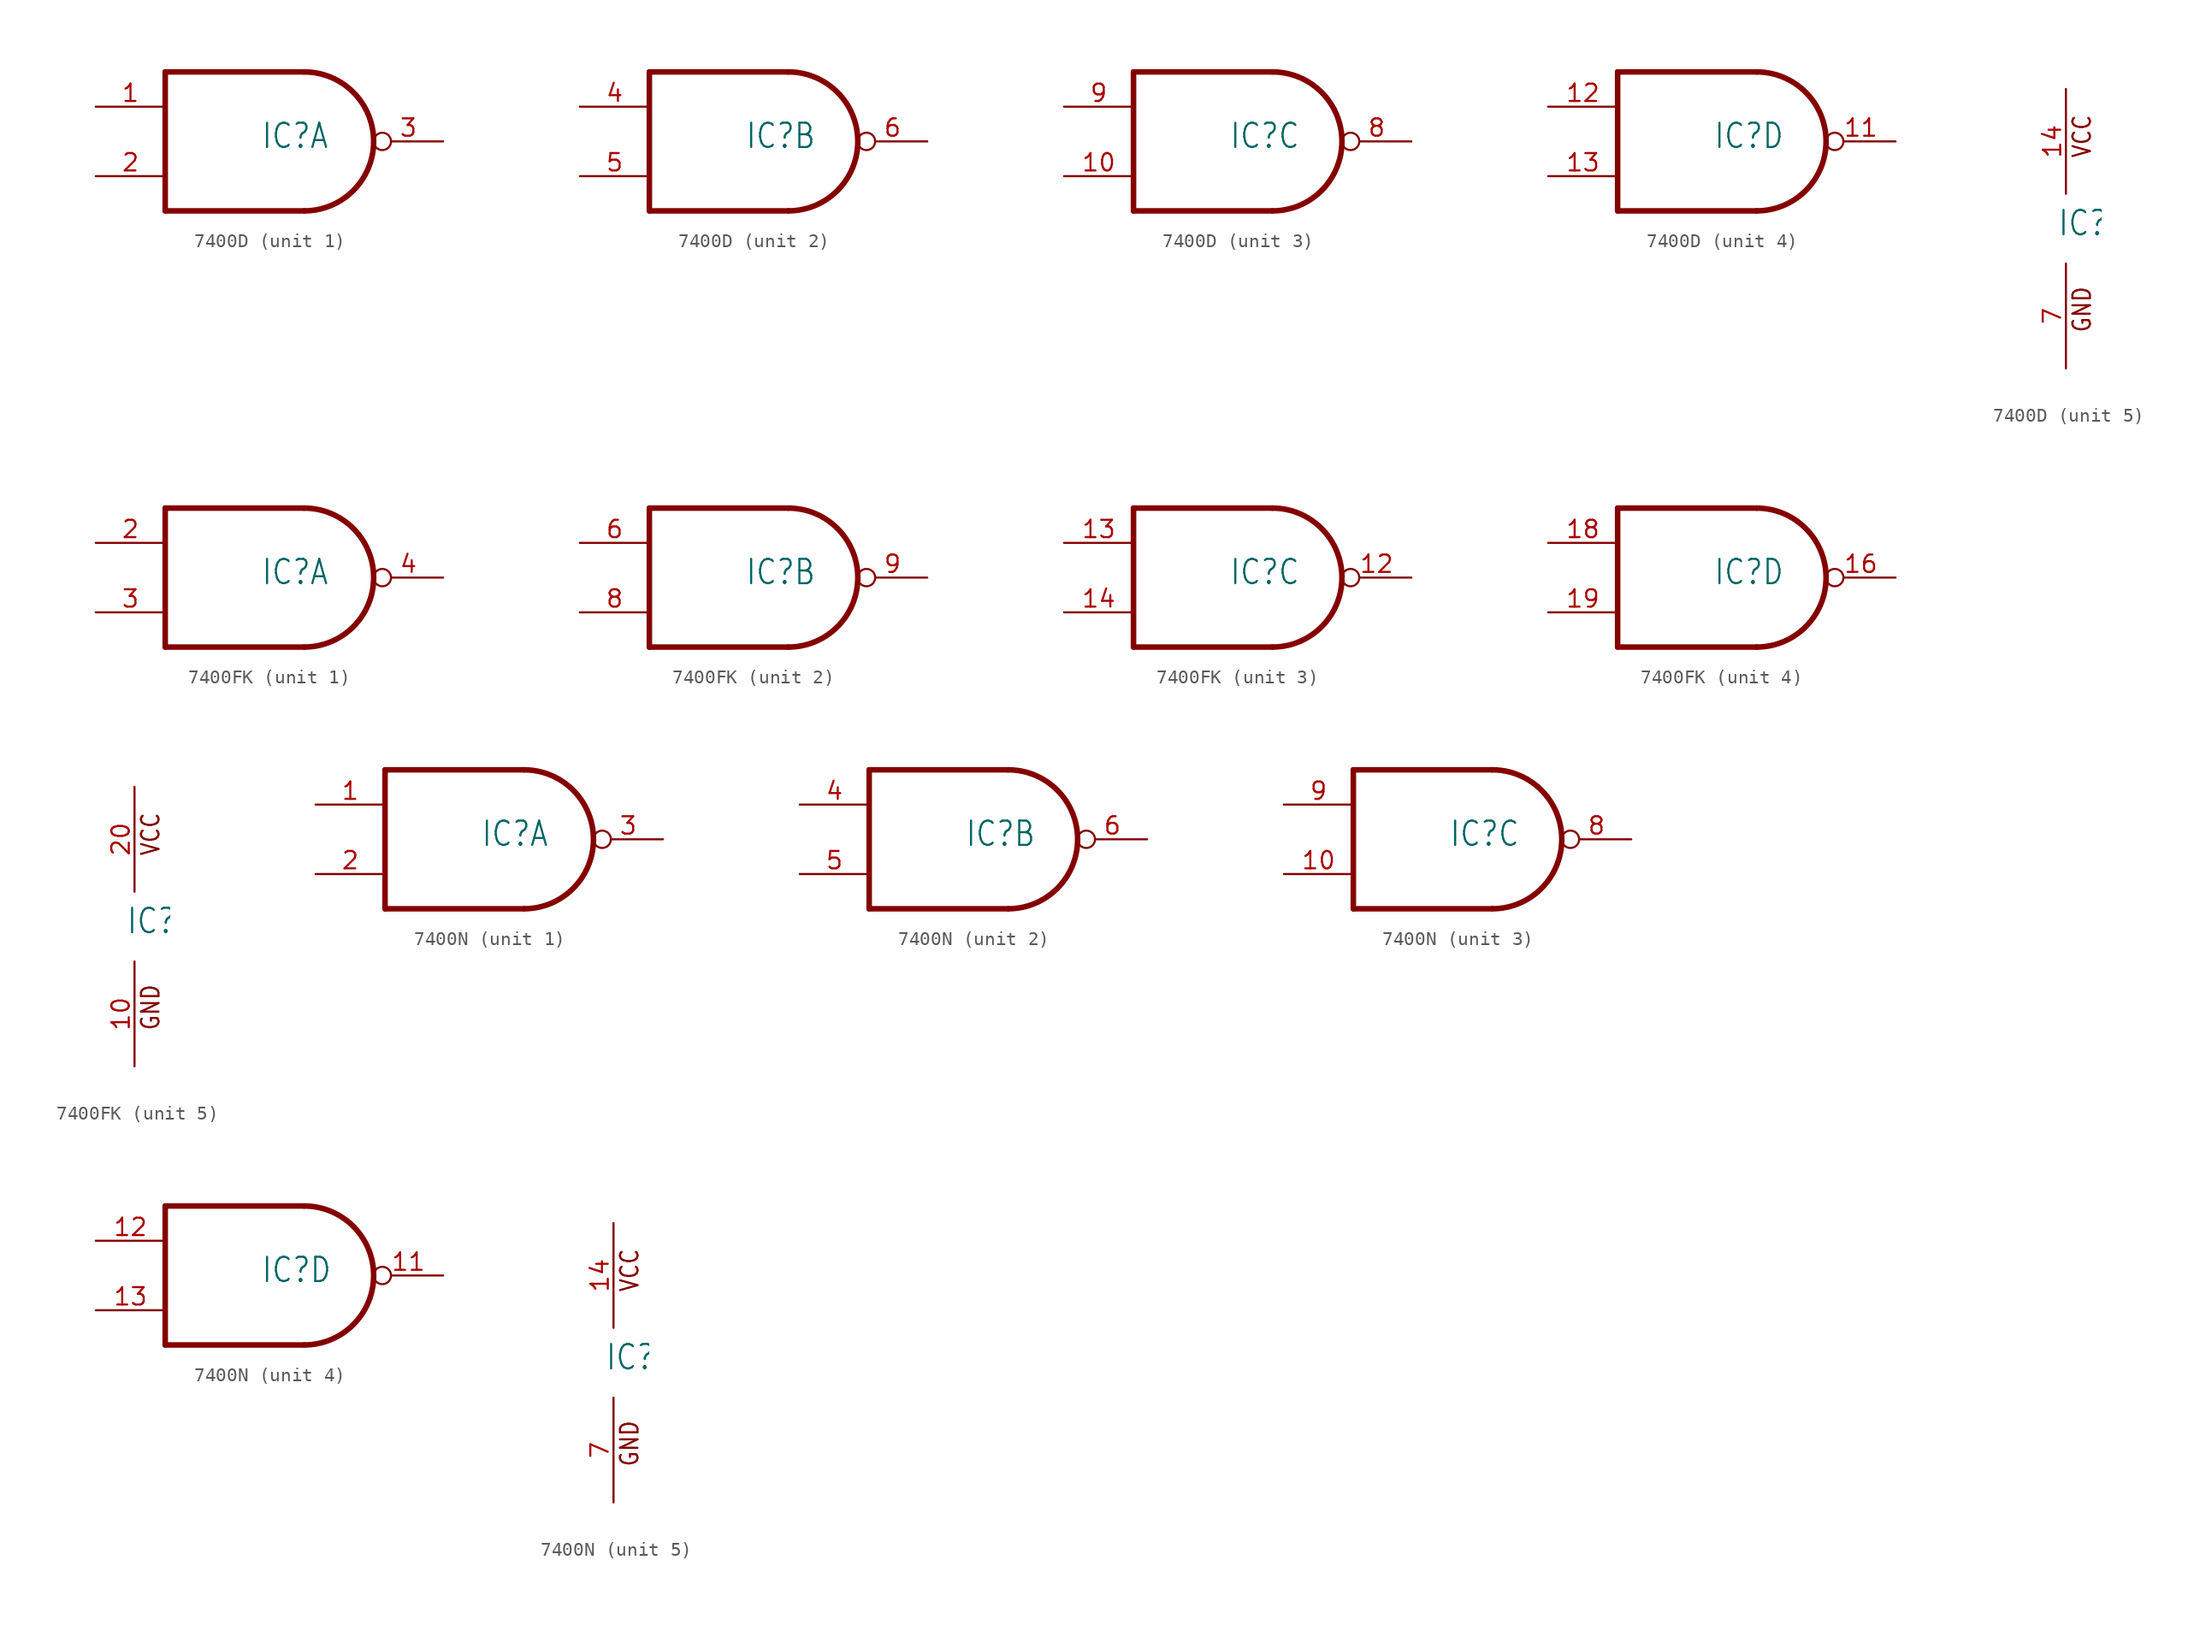
<source format=kicad_sym>
(kicad_symbol_lib
  (version 20231120)
  (generator "kicad_symbol_editor")
  (generator_version "8.0")
  (symbol "7400D"
    (property "Reference" "IC"
      (at -0.635 -0.635 0)
      (effects (font (size 1.778 1.511)) (justify left bottom)))
    (property "ki_locked" ""
      (at 0 0 0)
      (effects (font (size 1.27 1.27))))
    (symbol "7400D_1_0"
      (polyline (pts (xy -7.62 -5.08) (xy 2.54 -5.08)) (stroke (width 0.406) (type solid)) (fill (type none)))
      (polyline (pts (xy -7.62 5.08) (xy -7.62 -5.08)) (stroke (width 0.406) (type solid)) (fill (type none)))
      (polyline (pts (xy 2.54 5.08) (xy -7.62 5.08)) (stroke (width 0.406) (type solid)) (fill (type none)))
      (arc (start 2.5398 -5.08) (mid 7.5977 -0.0001) (end 2.54 5.08) (stroke (width 0.4064) (type solid)) (fill (type none)))
      (pin input line (at -12.7 2.54 0) (length 5.08) (name "I0" (effects (font (size 0 0)))) (number "1" (effects (font (size 1.27 1.27)))))
      (pin input line (at -12.7 -2.54 0) (length 5.08) (name "I1" (effects (font (size 0 0)))) (number "2" (effects (font (size 1.27 1.27)))))
      (pin output inverted (at 12.7 0 180) (length 5.08) (name "O" (effects (font (size 0 0)))) (number "3" (effects (font (size 1.27 1.27))))))
    (symbol "7400D_2_0"
      (polyline (pts (xy -7.62 -5.08) (xy 2.54 -5.08)) (stroke (width 0.406) (type solid)) (fill (type none)))
      (polyline (pts (xy -7.62 5.08) (xy -7.62 -5.08)) (stroke (width 0.406) (type solid)) (fill (type none)))
      (polyline (pts (xy 2.54 5.08) (xy -7.62 5.08)) (stroke (width 0.406) (type solid)) (fill (type none)))
      (arc (start 2.5398 -5.08) (mid 7.5977 -0.0001) (end 2.54 5.08) (stroke (width 0.4064) (type solid)) (fill (type none)))
      (pin input line (at -12.7 2.54 0) (length 5.08) (name "I0" (effects (font (size 0 0)))) (number "4" (effects (font (size 1.27 1.27)))))
      (pin input line (at -12.7 -2.54 0) (length 5.08) (name "I1" (effects (font (size 0 0)))) (number "5" (effects (font (size 1.27 1.27)))))
      (pin output inverted (at 12.7 0 180) (length 5.08) (name "O" (effects (font (size 0 0)))) (number "6" (effects (font (size 1.27 1.27))))))
    (symbol "7400D_3_0"
      (polyline (pts (xy -7.62 -5.08) (xy 2.54 -5.08)) (stroke (width 0.406) (type solid)) (fill (type none)))
      (polyline (pts (xy -7.62 5.08) (xy -7.62 -5.08)) (stroke (width 0.406) (type solid)) (fill (type none)))
      (polyline (pts (xy 2.54 5.08) (xy -7.62 5.08)) (stroke (width 0.406) (type solid)) (fill (type none)))
      (arc (start 2.5398 -5.08) (mid 7.5977 -0.0001) (end 2.54 5.08) (stroke (width 0.4064) (type solid)) (fill (type none)))
      (pin input line (at -12.7 -2.54 0) (length 5.08) (name "I1" (effects (font (size 0 0)))) (number "10" (effects (font (size 1.27 1.27)))))
      (pin output inverted (at 12.7 0 180) (length 5.08) (name "O" (effects (font (size 0 0)))) (number "8" (effects (font (size 1.27 1.27)))))
      (pin input line (at -12.7 2.54 0) (length 5.08) (name "I0" (effects (font (size 0 0)))) (number "9" (effects (font (size 1.27 1.27))))))
    (symbol "7400D_4_0"
      (polyline (pts (xy -7.62 -5.08) (xy 2.54 -5.08)) (stroke (width 0.406) (type solid)) (fill (type none)))
      (polyline (pts (xy -7.62 5.08) (xy -7.62 -5.08)) (stroke (width 0.406) (type solid)) (fill (type none)))
      (polyline (pts (xy 2.54 5.08) (xy -7.62 5.08)) (stroke (width 0.406) (type solid)) (fill (type none)))
      (arc (start 2.5398 -5.08) (mid 7.5977 -0.0001) (end 2.54 5.08) (stroke (width 0.4064) (type solid)) (fill (type none)))
      (pin output inverted (at 12.7 0 180) (length 5.08) (name "O" (effects (font (size 0 0)))) (number "11" (effects (font (size 1.27 1.27)))))
      (pin input line (at -12.7 2.54 0) (length 5.08) (name "I0" (effects (font (size 0 0)))) (number "12" (effects (font (size 1.27 1.27)))))
      (pin input line (at -12.7 -2.54 0) (length 5.08) (name "I1" (effects (font (size 0 0)))) (number "13" (effects (font (size 1.27 1.27))))))
    (symbol "7400D_5_0"
      (text "GND" (at 1.905 -7.62 900) (effects (font (size 1.27 1.079)) (justify left bottom)))
      (text "VCC" (at 1.905 5.08 900) (effects (font (size 1.27 1.079)) (justify left bottom)))
      (pin power_in line (at 0 10.16 270) (length 7.62) (name "VCC" (effects (font (size 0 0)))) (number "14" (effects (font (size 1.27 1.27)))))
      (pin power_in line (at 0 -10.16 90) (length 7.62) (name "GND" (effects (font (size 0 0)))) (number "7" (effects (font (size 1.27 1.27)))))))
  (symbol "7400FK"
    (property "Reference" "IC"
      (at -0.635 -0.635 0)
      (effects (font (size 1.778 1.511)) (justify left bottom)))
    (property "ki_locked" ""
      (at 0 0 0)
      (effects (font (size 1.27 1.27))))
    (symbol "7400FK_1_0"
      (polyline (pts (xy -7.62 -5.08) (xy 2.54 -5.08)) (stroke (width 0.406) (type solid)) (fill (type none)))
      (polyline (pts (xy -7.62 5.08) (xy -7.62 -5.08)) (stroke (width 0.406) (type solid)) (fill (type none)))
      (polyline (pts (xy 2.54 5.08) (xy -7.62 5.08)) (stroke (width 0.406) (type solid)) (fill (type none)))
      (arc (start 2.5398 -5.08) (mid 7.5977 -0.0001) (end 2.54 5.08) (stroke (width 0.4064) (type solid)) (fill (type none)))
      (pin input line (at -12.7 2.54 0) (length 5.08) (name "I0" (effects (font (size 0 0)))) (number "2" (effects (font (size 1.27 1.27)))))
      (pin input line (at -12.7 -2.54 0) (length 5.08) (name "I1" (effects (font (size 0 0)))) (number "3" (effects (font (size 1.27 1.27)))))
      (pin output inverted (at 12.7 0 180) (length 5.08) (name "O" (effects (font (size 0 0)))) (number "4" (effects (font (size 1.27 1.27))))))
    (symbol "7400FK_2_0"
      (polyline (pts (xy -7.62 -5.08) (xy 2.54 -5.08)) (stroke (width 0.406) (type solid)) (fill (type none)))
      (polyline (pts (xy -7.62 5.08) (xy -7.62 -5.08)) (stroke (width 0.406) (type solid)) (fill (type none)))
      (polyline (pts (xy 2.54 5.08) (xy -7.62 5.08)) (stroke (width 0.406) (type solid)) (fill (type none)))
      (arc (start 2.5398 -5.08) (mid 7.5977 -0.0001) (end 2.54 5.08) (stroke (width 0.4064) (type solid)) (fill (type none)))
      (pin input line (at -12.7 2.54 0) (length 5.08) (name "I0" (effects (font (size 0 0)))) (number "6" (effects (font (size 1.27 1.27)))))
      (pin input line (at -12.7 -2.54 0) (length 5.08) (name "I1" (effects (font (size 0 0)))) (number "8" (effects (font (size 1.27 1.27)))))
      (pin output inverted (at 12.7 0 180) (length 5.08) (name "O" (effects (font (size 0 0)))) (number "9" (effects (font (size 1.27 1.27))))))
    (symbol "7400FK_3_0"
      (polyline (pts (xy -7.62 -5.08) (xy 2.54 -5.08)) (stroke (width 0.406) (type solid)) (fill (type none)))
      (polyline (pts (xy -7.62 5.08) (xy -7.62 -5.08)) (stroke (width 0.406) (type solid)) (fill (type none)))
      (polyline (pts (xy 2.54 5.08) (xy -7.62 5.08)) (stroke (width 0.406) (type solid)) (fill (type none)))
      (arc (start 2.5398 -5.08) (mid 7.5977 -0.0001) (end 2.54 5.08) (stroke (width 0.4064) (type solid)) (fill (type none)))
      (pin output inverted (at 12.7 0 180) (length 5.08) (name "O" (effects (font (size 0 0)))) (number "12" (effects (font (size 1.27 1.27)))))
      (pin input line (at -12.7 2.54 0) (length 5.08) (name "I0" (effects (font (size 0 0)))) (number "13" (effects (font (size 1.27 1.27)))))
      (pin input line (at -12.7 -2.54 0) (length 5.08) (name "I1" (effects (font (size 0 0)))) (number "14" (effects (font (size 1.27 1.27))))))
    (symbol "7400FK_4_0"
      (polyline (pts (xy -7.62 -5.08) (xy 2.54 -5.08)) (stroke (width 0.406) (type solid)) (fill (type none)))
      (polyline (pts (xy -7.62 5.08) (xy -7.62 -5.08)) (stroke (width 0.406) (type solid)) (fill (type none)))
      (polyline (pts (xy 2.54 5.08) (xy -7.62 5.08)) (stroke (width 0.406) (type solid)) (fill (type none)))
      (arc (start 2.5398 -5.08) (mid 7.5977 -0.0001) (end 2.54 5.08) (stroke (width 0.4064) (type solid)) (fill (type none)))
      (pin output inverted (at 12.7 0 180) (length 5.08) (name "O" (effects (font (size 0 0)))) (number "16" (effects (font (size 1.27 1.27)))))
      (pin input line (at -12.7 2.54 0) (length 5.08) (name "I0" (effects (font (size 0 0)))) (number "18" (effects (font (size 1.27 1.27)))))
      (pin input line (at -12.7 -2.54 0) (length 5.08) (name "I1" (effects (font (size 0 0)))) (number "19" (effects (font (size 1.27 1.27))))))
    (symbol "7400FK_5_0"
      (text "GND" (at 1.905 -7.62 900) (effects (font (size 1.27 1.079)) (justify left bottom)))
      (text "VCC" (at 1.905 5.08 900) (effects (font (size 1.27 1.079)) (justify left bottom)))
      (pin power_in line (at 0 -10.16 90) (length 7.62) (name "GND" (effects (font (size 0 0)))) (number "10" (effects (font (size 1.27 1.27)))))
      (pin power_in line (at 0 10.16 270) (length 7.62) (name "VCC" (effects (font (size 0 0)))) (number "20" (effects (font (size 1.27 1.27)))))))
  (symbol "7400N"
    (property "Reference" "IC"
      (at -0.635 -0.635 0)
      (effects (font (size 1.778 1.511)) (justify left bottom)))
    (property "ki_locked" ""
      (at 0 0 0)
      (effects (font (size 1.27 1.27))))
    (symbol "7400N_1_0"
      (polyline (pts (xy -7.62 -5.08) (xy 2.54 -5.08)) (stroke (width 0.406) (type solid)) (fill (type none)))
      (polyline (pts (xy -7.62 5.08) (xy -7.62 -5.08)) (stroke (width 0.406) (type solid)) (fill (type none)))
      (polyline (pts (xy 2.54 5.08) (xy -7.62 5.08)) (stroke (width 0.406) (type solid)) (fill (type none)))
      (arc (start 2.5398 -5.08) (mid 7.5977 -0.0001) (end 2.54 5.08) (stroke (width 0.4064) (type solid)) (fill (type none)))
      (pin input line (at -12.7 2.54 0) (length 5.08) (name "I0" (effects (font (size 0 0)))) (number "1" (effects (font (size 1.27 1.27)))))
      (pin input line (at -12.7 -2.54 0) (length 5.08) (name "I1" (effects (font (size 0 0)))) (number "2" (effects (font (size 1.27 1.27)))))
      (pin output inverted (at 12.7 0 180) (length 5.08) (name "O" (effects (font (size 0 0)))) (number "3" (effects (font (size 1.27 1.27))))))
    (symbol "7400N_2_0"
      (polyline (pts (xy -7.62 -5.08) (xy 2.54 -5.08)) (stroke (width 0.406) (type solid)) (fill (type none)))
      (polyline (pts (xy -7.62 5.08) (xy -7.62 -5.08)) (stroke (width 0.406) (type solid)) (fill (type none)))
      (polyline (pts (xy 2.54 5.08) (xy -7.62 5.08)) (stroke (width 0.406) (type solid)) (fill (type none)))
      (arc (start 2.5398 -5.08) (mid 7.5977 -0.0001) (end 2.54 5.08) (stroke (width 0.4064) (type solid)) (fill (type none)))
      (pin input line (at -12.7 2.54 0) (length 5.08) (name "I0" (effects (font (size 0 0)))) (number "4" (effects (font (size 1.27 1.27)))))
      (pin input line (at -12.7 -2.54 0) (length 5.08) (name "I1" (effects (font (size 0 0)))) (number "5" (effects (font (size 1.27 1.27)))))
      (pin output inverted (at 12.7 0 180) (length 5.08) (name "O" (effects (font (size 0 0)))) (number "6" (effects (font (size 1.27 1.27))))))
    (symbol "7400N_3_0"
      (polyline (pts (xy -7.62 -5.08) (xy 2.54 -5.08)) (stroke (width 0.406) (type solid)) (fill (type none)))
      (polyline (pts (xy -7.62 5.08) (xy -7.62 -5.08)) (stroke (width 0.406) (type solid)) (fill (type none)))
      (polyline (pts (xy 2.54 5.08) (xy -7.62 5.08)) (stroke (width 0.406) (type solid)) (fill (type none)))
      (arc (start 2.5398 -5.08) (mid 7.5977 -0.0001) (end 2.54 5.08) (stroke (width 0.4064) (type solid)) (fill (type none)))
      (pin input line (at -12.7 -2.54 0) (length 5.08) (name "I1" (effects (font (size 0 0)))) (number "10" (effects (font (size 1.27 1.27)))))
      (pin output inverted (at 12.7 0 180) (length 5.08) (name "O" (effects (font (size 0 0)))) (number "8" (effects (font (size 1.27 1.27)))))
      (pin input line (at -12.7 2.54 0) (length 5.08) (name "I0" (effects (font (size 0 0)))) (number "9" (effects (font (size 1.27 1.27))))))
    (symbol "7400N_4_0"
      (polyline (pts (xy -7.62 -5.08) (xy 2.54 -5.08)) (stroke (width 0.406) (type solid)) (fill (type none)))
      (polyline (pts (xy -7.62 5.08) (xy -7.62 -5.08)) (stroke (width 0.406) (type solid)) (fill (type none)))
      (polyline (pts (xy 2.54 5.08) (xy -7.62 5.08)) (stroke (width 0.406) (type solid)) (fill (type none)))
      (arc (start 2.5398 -5.08) (mid 7.5977 -0.0001) (end 2.54 5.08) (stroke (width 0.4064) (type solid)) (fill (type none)))
      (pin output inverted (at 12.7 0 180) (length 5.08) (name "O" (effects (font (size 0 0)))) (number "11" (effects (font (size 1.27 1.27)))))
      (pin input line (at -12.7 2.54 0) (length 5.08) (name "I0" (effects (font (size 0 0)))) (number "12" (effects (font (size 1.27 1.27)))))
      (pin input line (at -12.7 -2.54 0) (length 5.08) (name "I1" (effects (font (size 0 0)))) (number "13" (effects (font (size 1.27 1.27))))))
    (symbol "7400N_5_0"
      (text "GND" (at 1.905 -7.62 900) (effects (font (size 1.27 1.079)) (justify left bottom)))
      (text "VCC" (at 1.905 5.08 900) (effects (font (size 1.27 1.079)) (justify left bottom)))
      (pin power_in line (at 0 10.16 270) (length 7.62) (name "VCC" (effects (font (size 0 0)))) (number "14" (effects (font (size 1.27 1.27)))))
      (pin power_in line (at 0 -10.16 90) (length 7.62) (name "GND" (effects (font (size 0 0)))) (number "7" (effects (font (size 1.27 1.27))))))))
</source>
